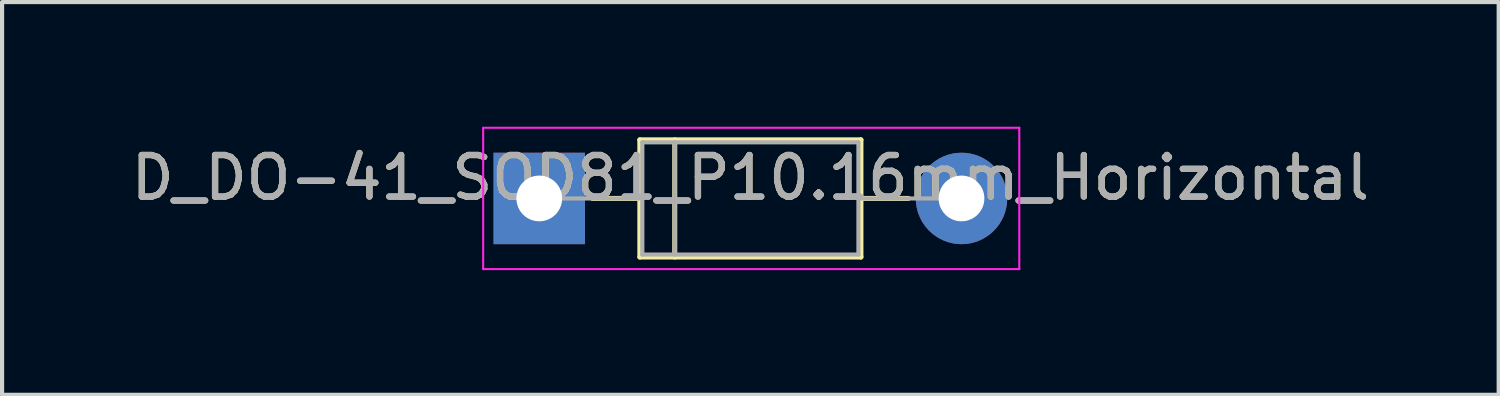
<source format=kicad_pcb>
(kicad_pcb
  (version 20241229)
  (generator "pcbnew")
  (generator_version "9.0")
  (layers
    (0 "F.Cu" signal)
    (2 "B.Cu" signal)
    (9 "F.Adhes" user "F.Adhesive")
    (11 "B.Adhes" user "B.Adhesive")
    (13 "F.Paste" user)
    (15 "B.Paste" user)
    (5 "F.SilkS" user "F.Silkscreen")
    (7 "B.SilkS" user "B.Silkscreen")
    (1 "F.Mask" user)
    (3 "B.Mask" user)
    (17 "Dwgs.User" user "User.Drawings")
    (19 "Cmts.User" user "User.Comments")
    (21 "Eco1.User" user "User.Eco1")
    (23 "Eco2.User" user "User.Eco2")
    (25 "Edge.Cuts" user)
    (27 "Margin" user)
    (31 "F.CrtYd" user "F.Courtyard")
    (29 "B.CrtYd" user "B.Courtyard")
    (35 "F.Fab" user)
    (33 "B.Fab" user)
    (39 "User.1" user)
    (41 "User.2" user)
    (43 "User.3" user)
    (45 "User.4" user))
  (footprint "D_DO-41_SOD81_P10.16mm_Horizontal"
    (layer "F.Cu")
    (at 9.926 1.725)
    (property "Reference" "D_DO-41_SOD81_P10.16mm_Horizontal" (at 5.08 -0.5 0) (layer "F.SilkS") (effects (font (size 1 1) (thickness 0.15))))
    (attr through_hole)
    (fp_line (start 1.28 0) (end 2.42 0) (stroke (width 0.12) (type solid)) (layer "F.SilkS"))
    (fp_line (start 2.42 -1.41) (end 2.42 1.41) (stroke (width 0.12) (type solid)) (layer "F.SilkS"))
    (fp_line (start 2.42 1.41) (end 7.74 1.41) (stroke (width 0.12) (type solid)) (layer "F.SilkS"))
    (fp_line (start 3.26 -1.41) (end 3.26 1.41) (stroke (width 0.12) (type solid)) (layer "F.SilkS"))
    (fp_line (start 7.74 -1.41) (end 2.42 -1.41) (stroke (width 0.12) (type solid)) (layer "F.SilkS"))
    (fp_line (start 7.74 1.41) (end 7.74 -1.41) (stroke (width 0.12) (type solid)) (layer "F.SilkS"))
    (fp_line (start 8.88 0) (end 7.74 0) (stroke (width 0.12) (type solid)) (layer "F.SilkS"))
    (fp_line (start -1.35 -1.7) (end -1.35 1.7) (stroke (width 0.05) (type solid)) (layer "F.CrtYd"))
    (fp_line (start -1.35 1.7) (end 11.55 1.7) (stroke (width 0.05) (type solid)) (layer "F.CrtYd"))
    (fp_line (start 11.55 -1.7) (end -1.35 -1.7) (stroke (width 0.05) (type solid)) (layer "F.CrtYd"))
    (fp_line (start 11.55 1.7) (end 11.55 -1.7) (stroke (width 0.05) (type solid)) (layer "F.CrtYd"))
    (fp_line (start 0 0) (end 2.48 0) (stroke (width 0.1) (type solid)) (layer "F.Fab"))
    (fp_line (start 2.48 -1.35) (end 2.48 1.35) (stroke (width 0.1) (type solid)) (layer "F.Fab"))
    (fp_line (start 2.48 1.35) (end 7.68 1.35) (stroke (width 0.1) (type solid)) (layer "F.Fab"))
    (fp_line (start 3.26 -1.35) (end 3.26 1.35) (stroke (width 0.1) (type solid)) (layer "F.Fab"))
    (fp_line (start 7.68 -1.35) (end 2.48 -1.35) (stroke (width 0.1) (type solid)) (layer "F.Fab"))
    (fp_line (start 7.68 1.35) (end 7.68 -1.35) (stroke (width 0.1) (type solid)) (layer "F.Fab"))
    (fp_line (start 10.16 0) (end 7.68 0) (stroke (width 0.1) (type solid)) (layer "F.Fab"))
    (fp_text user "${REFERENCE}" (at 5.08 -0.5 0) (layer "F.Fab") (effects (font (size 1 1) (thickness 0.15))))
    (pad "1" thru_hole rect (at 0 0) (size 2.2 2.2) (drill 1.1) (layers "*.Cu" "*.Mask"))
    (pad "2" thru_hole oval (at 10.16 0) (size 2.2 2.2) (drill 1.1) (layers "*.Cu" "*.Mask")))
  (gr_rect
    (start -3 -3)
    (end 33.012 6.45)
    (stroke (width 0.1) (type default))
    (fill no)
    (layer "Edge.Cuts")))
</source>
